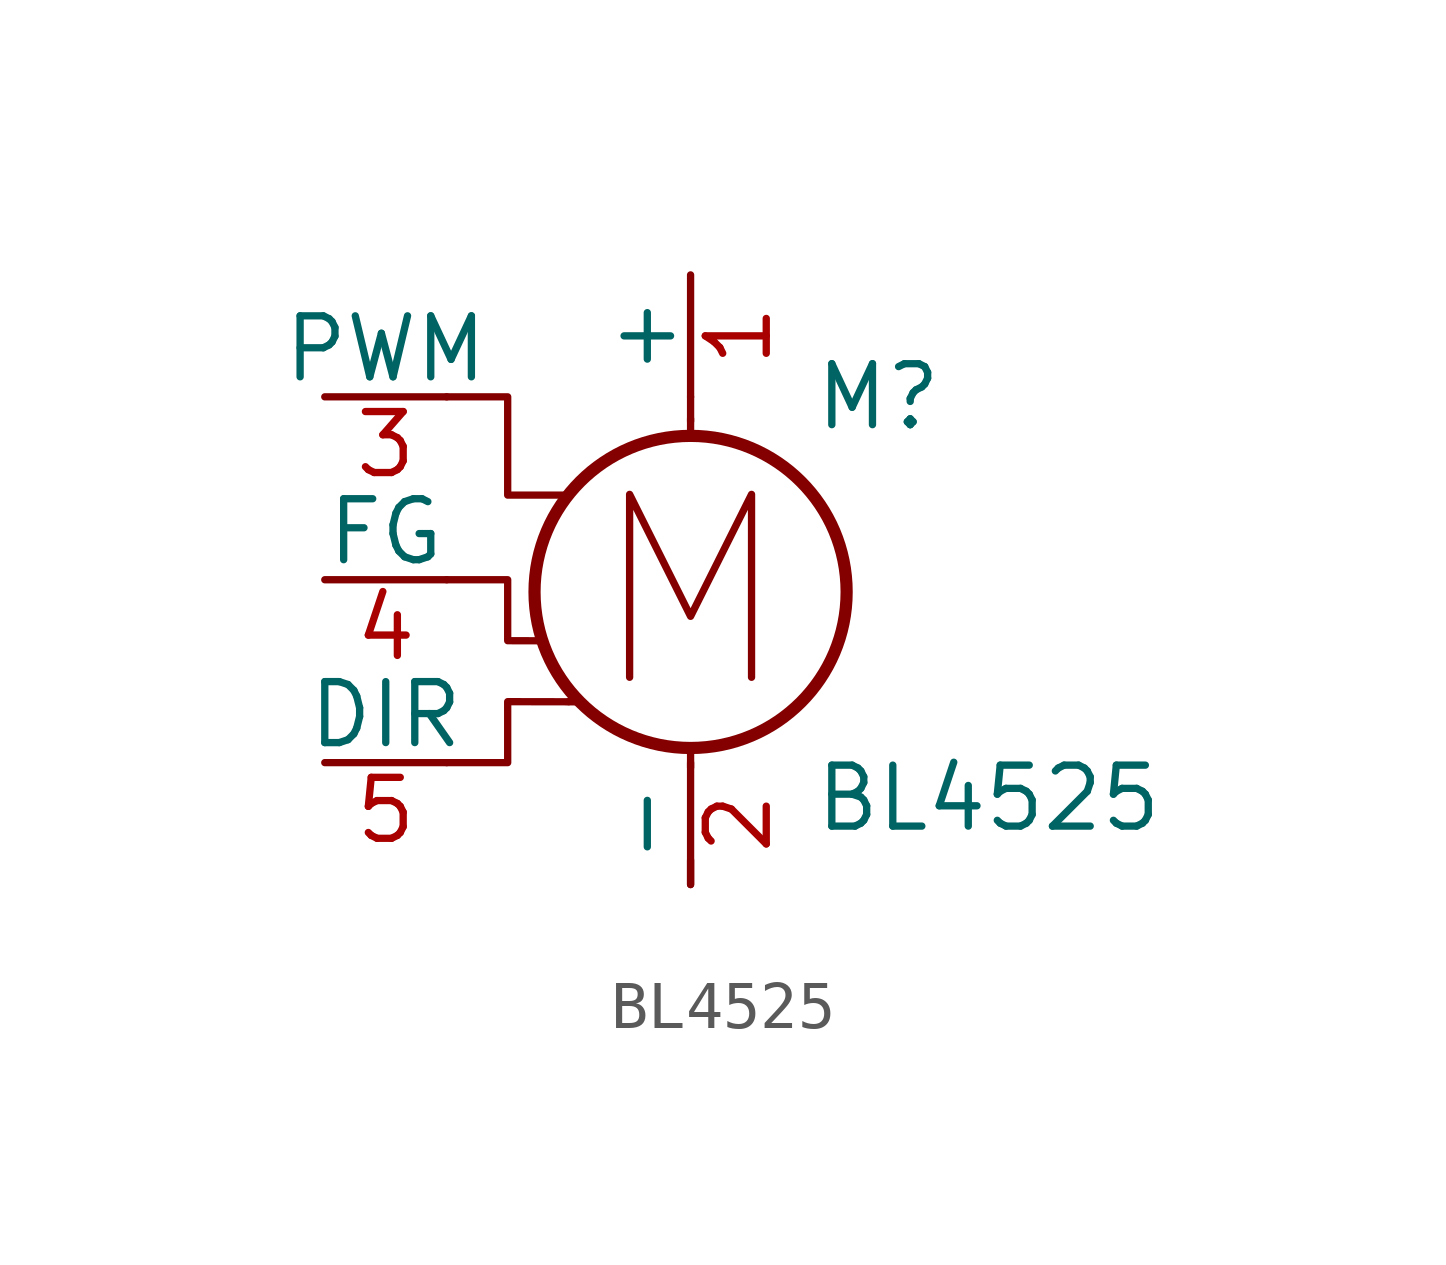
<source format=kicad_sym>
(kicad_symbol_lib
  (version 20241209)
  (generator "kicad_symbol_editor")
  (generator_version "9.0")
  (symbol "BL4525"
    (pin_names
      (offset 0))
    (property "Reference" "M"
      (at 2.54 2.54 0)
      (effects (font (size 1.27 1.27)) (justify left)))
    (property "Value" "BL4525"
      (at 2.54 -5.08 0)
      (effects (font (size 1.27 1.27)) (justify left top)))
    (symbol "BL4525_0_0"
      (polyline (pts (xy -1.27 -3.302) (xy -1.27 0.508) (xy 0 -2.032) (xy 1.27 0.508) (xy 1.27 -3.302)) (stroke (width 0) (type default)) (fill (type none))))
    (symbol "BL4525_0_1"
      (polyline (pts (xy -5.08 2.54) (xy -3.81 2.54) (xy -3.81 0.493) (xy -2.585 0.493)) (stroke (width 0) (type default)) (fill (type none)))
      (polyline (pts (xy -5.08 -1.27) (xy -3.81 -1.27) (xy -3.81 -2.54) (xy -3.09 -2.542)) (stroke (width 0) (type default)) (fill (type none)))
      (polyline (pts (xy -5.08 -5.08) (xy -3.81 -5.08) (xy -3.81 -3.81) (xy -2.327 -3.813)) (stroke (width 0) (type default)) (fill (type none)))
      (polyline (pts (xy -2.54 -3.81) (xy -2.54 -3.81)) (stroke (width 0) (type default)) (fill (type none)))
      (polyline (pts (xy 0 2.032) (xy 0 2.54)) (stroke (width 0) (type default)) (fill (type none)))
      (polyline (pts (xy 0 1.727) (xy 0 2.083)) (stroke (width 0) (type default)) (fill (type none)))
      (circle (center 0 -1.524) (radius 3.251) (stroke (width 0.254) (type default)) (fill (type none)))
      (polyline (pts (xy 0 -4.775) (xy 0 -5.182)) (stroke (width 0) (type default)) (fill (type none)))
      (polyline (pts (xy 0 -7.62) (xy 0 -7.112)) (stroke (width 0) (type default)) (fill (type none))))
    (symbol "BL4525_1_1"
      (pin input line (at -7.62 2.54 0) (length 2.54) (name "PWM" (effects (font (size 1.27 1.27)))) (number "3" (effects (font (size 1.27 1.27)))))
      (pin output line (at -7.62 -1.27 0) (length 2.54) (name "FG" (effects (font (size 1.27 1.27)))) (number "4" (effects (font (size 1.27 1.27)))))
      (pin input line (at -7.62 -5.08 0) (length 2.54) (name "DIR" (effects (font (size 1.27 1.27)))) (number "5" (effects (font (size 1.27 1.27)))))
      (pin passive line (at 0 5.08 270) (length 2.54) (name "+" (effects (font (size 1.27 1.27)))) (number "1" (effects (font (size 1.27 1.27)))))
      (pin passive line (at 0 -7.62 90) (length 2.54) (name "-" (effects (font (size 1.27 1.27)))) (number "2" (effects (font (size 1.27 1.27))))))))
</source>
